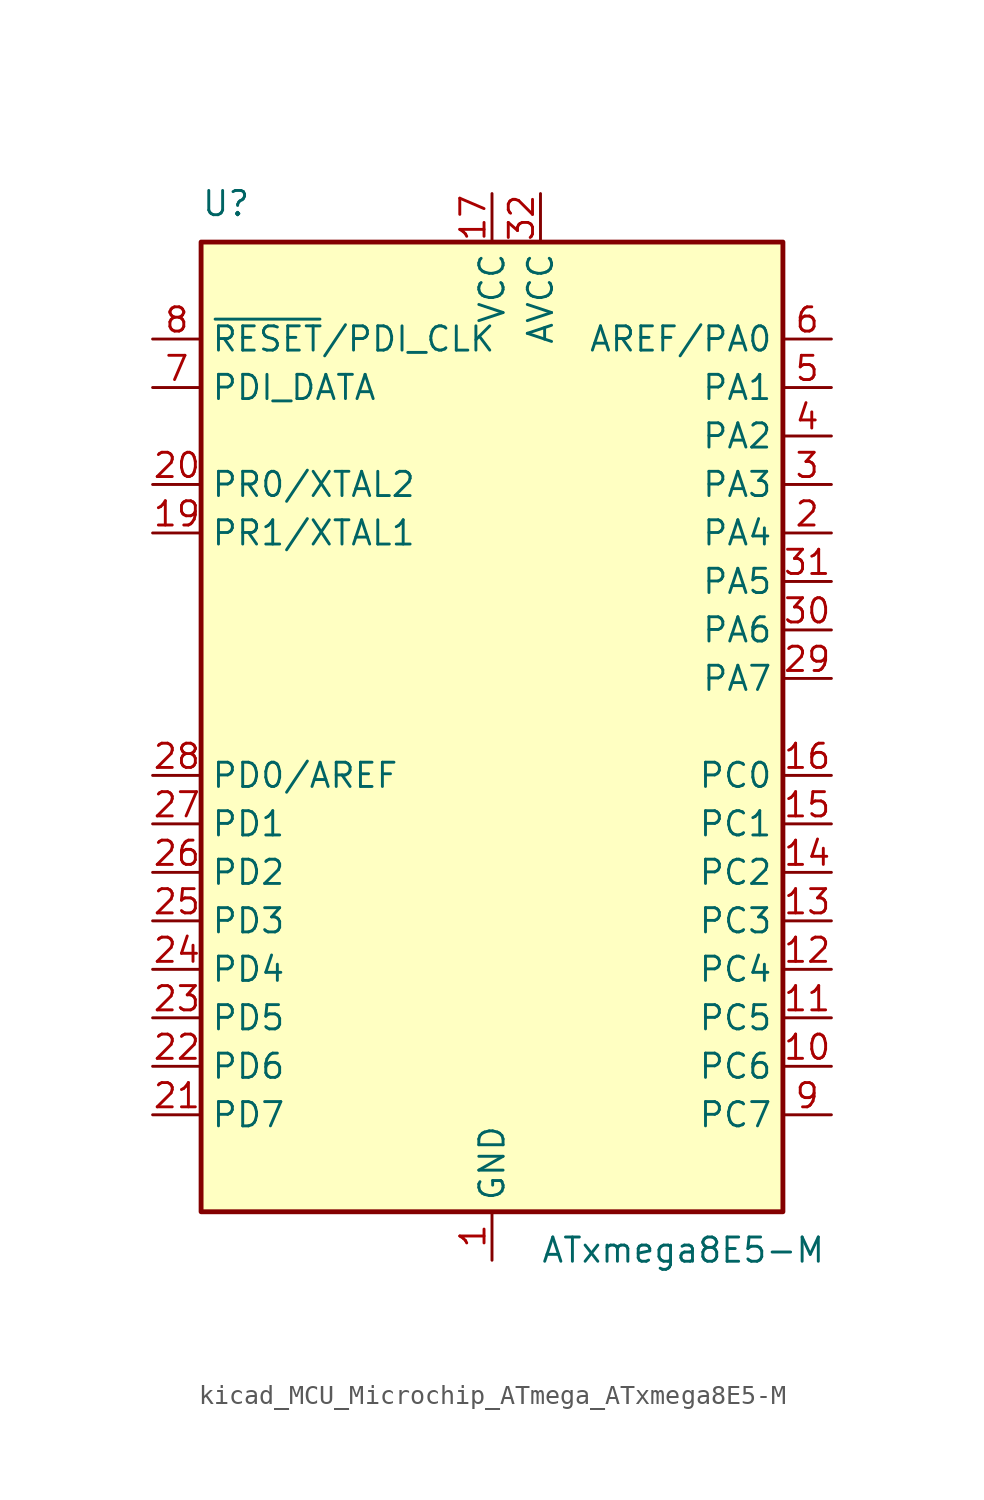
<source format=kicad_sym>
(kicad_symbol_lib
  (version 20220914)
  (generator kicad_symbol_editor)
  (symbol "kicad_MCU_Microchip_ATmega_ATxmega8E5-M"
    (property "Reference" "U"
      (at -15.24 26.67 0)
      (effects (font (size 1.27 1.27)) (justify left bottom)))
    (property "Value" "ATxmega8E5-M"
      (at 2.54 -26.67 0)
      (effects (font (size 1.27 1.27)) (justify left top)))
    (symbol "kicad_MCU_Microchip_ATmega_ATxmega8E5-M_0_1"
      (rectangle (start -15.24 -25.4) (end 15.24 25.4) (stroke (width 0.254) (type default)) (fill (type background))))
    (symbol "kicad_MCU_Microchip_ATmega_ATxmega8E5-M_1_1"
      (pin power_in line (at 0 -27.94 90) (length 2.54) (name "GND" (effects (font (size 1.27 1.27)))) (number "1" (effects (font (size 1.27 1.27)))))
      (pin bidirectional line (at 17.78 -17.78 180) (length 2.54) (name "PC6" (effects (font (size 1.27 1.27)))) (number "10" (effects (font (size 1.27 1.27)))))
      (pin bidirectional line (at 17.78 -15.24 180) (length 2.54) (name "PC5" (effects (font (size 1.27 1.27)))) (number "11" (effects (font (size 1.27 1.27)))))
      (pin bidirectional line (at 17.78 -12.7 180) (length 2.54) (name "PC4" (effects (font (size 1.27 1.27)))) (number "12" (effects (font (size 1.27 1.27)))))
      (pin bidirectional line (at 17.78 -10.16 180) (length 2.54) (name "PC3" (effects (font (size 1.27 1.27)))) (number "13" (effects (font (size 1.27 1.27)))))
      (pin bidirectional line (at 17.78 -7.62 180) (length 2.54) (name "PC2" (effects (font (size 1.27 1.27)))) (number "14" (effects (font (size 1.27 1.27)))))
      (pin bidirectional line (at 17.78 -5.08 180) (length 2.54) (name "PC1" (effects (font (size 1.27 1.27)))) (number "15" (effects (font (size 1.27 1.27)))))
      (pin bidirectional line (at 17.78 -2.54 180) (length 2.54) (name "PC0" (effects (font (size 1.27 1.27)))) (number "16" (effects (font (size 1.27 1.27)))))
      (pin power_in line (at 0 27.94 270) (length 2.54) (name "VCC" (effects (font (size 1.27 1.27)))) (number "17" (effects (font (size 1.27 1.27)))))
      (pin passive line (at 0 -27.94 90) (length 2.54) hide (name "GND" (effects (font (size 1.27 1.27)))) (number "18" (effects (font (size 1.27 1.27)))))
      (pin bidirectional line (at -17.78 10.16 0) (length 2.54) (name "PR1/XTAL1" (effects (font (size 1.27 1.27)))) (number "19" (effects (font (size 1.27 1.27)))))
      (pin bidirectional line (at 17.78 10.16 180) (length 2.54) (name "PA4" (effects (font (size 1.27 1.27)))) (number "2" (effects (font (size 1.27 1.27)))))
      (pin bidirectional line (at -17.78 12.7 0) (length 2.54) (name "PR0/XTAL2" (effects (font (size 1.27 1.27)))) (number "20" (effects (font (size 1.27 1.27)))))
      (pin bidirectional line (at -17.78 -20.32 0) (length 2.54) (name "PD7" (effects (font (size 1.27 1.27)))) (number "21" (effects (font (size 1.27 1.27)))))
      (pin bidirectional line (at -17.78 -17.78 0) (length 2.54) (name "PD6" (effects (font (size 1.27 1.27)))) (number "22" (effects (font (size 1.27 1.27)))))
      (pin bidirectional line (at -17.78 -15.24 0) (length 2.54) (name "PD5" (effects (font (size 1.27 1.27)))) (number "23" (effects (font (size 1.27 1.27)))))
      (pin bidirectional line (at -17.78 -12.7 0) (length 2.54) (name "PD4" (effects (font (size 1.27 1.27)))) (number "24" (effects (font (size 1.27 1.27)))))
      (pin bidirectional line (at -17.78 -10.16 0) (length 2.54) (name "PD3" (effects (font (size 1.27 1.27)))) (number "25" (effects (font (size 1.27 1.27)))))
      (pin bidirectional line (at -17.78 -7.62 0) (length 2.54) (name "PD2" (effects (font (size 1.27 1.27)))) (number "26" (effects (font (size 1.27 1.27)))))
      (pin bidirectional line (at -17.78 -5.08 0) (length 2.54) (name "PD1" (effects (font (size 1.27 1.27)))) (number "27" (effects (font (size 1.27 1.27)))))
      (pin bidirectional line (at -17.78 -2.54 0) (length 2.54) (name "PD0/AREF" (effects (font (size 1.27 1.27)))) (number "28" (effects (font (size 1.27 1.27)))))
      (pin bidirectional line (at 17.78 2.54 180) (length 2.54) (name "PA7" (effects (font (size 1.27 1.27)))) (number "29" (effects (font (size 1.27 1.27)))))
      (pin bidirectional line (at 17.78 12.7 180) (length 2.54) (name "PA3" (effects (font (size 1.27 1.27)))) (number "3" (effects (font (size 1.27 1.27)))))
      (pin bidirectional line (at 17.78 5.08 180) (length 2.54) (name "PA6" (effects (font (size 1.27 1.27)))) (number "30" (effects (font (size 1.27 1.27)))))
      (pin bidirectional line (at 17.78 7.62 180) (length 2.54) (name "PA5" (effects (font (size 1.27 1.27)))) (number "31" (effects (font (size 1.27 1.27)))))
      (pin power_in line (at 2.54 27.94 270) (length 2.54) (name "AVCC" (effects (font (size 1.27 1.27)))) (number "32" (effects (font (size 1.27 1.27)))))
      (pin passive line (at 0 -27.94 90) (length 2.54) hide (name "GND" (effects (font (size 1.27 1.27)))) (number "33" (effects (font (size 1.27 1.27)))))
      (pin bidirectional line (at 17.78 15.24 180) (length 2.54) (name "PA2" (effects (font (size 1.27 1.27)))) (number "4" (effects (font (size 1.27 1.27)))))
      (pin bidirectional line (at 17.78 17.78 180) (length 2.54) (name "PA1" (effects (font (size 1.27 1.27)))) (number "5" (effects (font (size 1.27 1.27)))))
      (pin bidirectional line (at 17.78 20.32 180) (length 2.54) (name "AREF/PA0" (effects (font (size 1.27 1.27)))) (number "6" (effects (font (size 1.27 1.27)))))
      (pin bidirectional line (at -17.78 17.78 0) (length 2.54) (name "PDI_DATA" (effects (font (size 1.27 1.27)))) (number "7" (effects (font (size 1.27 1.27)))))
      (pin input line (at -17.78 20.32 0) (length 2.54) (name "~{RESET}/PDI_CLK" (effects (font (size 1.27 1.27)))) (number "8" (effects (font (size 1.27 1.27)))))
      (pin bidirectional line (at 17.78 -20.32 180) (length 2.54) (name "PC7" (effects (font (size 1.27 1.27)))) (number "9" (effects (font (size 1.27 1.27))))))))
</source>
